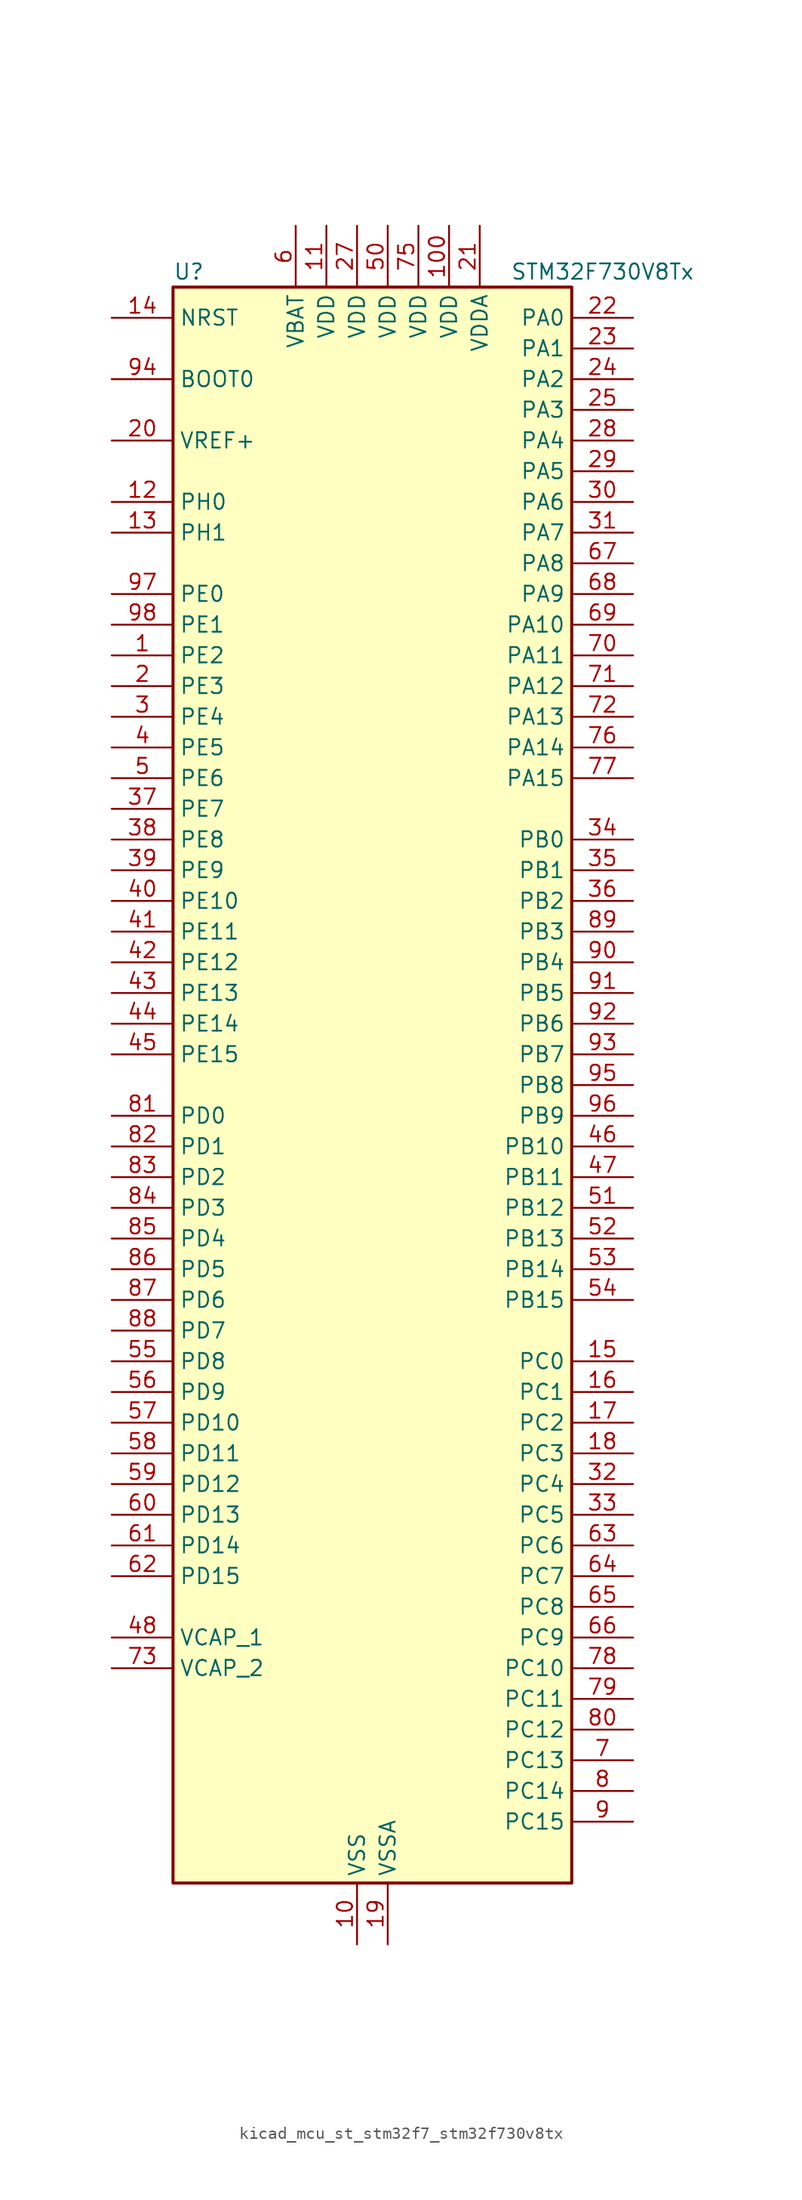
<source format=kicad_sym>
(kicad_symbol_lib
  (version 20220914)
  (generator kicad_symbol_editor)
  (symbol "kicad_mcu_st_stm32f7_stm32f730v8tx"
    (property "Reference" "U"
      (at -15.24 67.31 0)
      (effects (font (size 1.27 1.27)) (justify left)))
    (property "Value" "STM32F730V8Tx"
      (at 12.7 67.31 0)
      (effects (font (size 1.27 1.27)) (justify left)))
    (property "ki_locked" ""
      (at 0 0 0)
      (effects (font (size 1.27 1.27))))
    (symbol "kicad_mcu_st_stm32f7_stm32f730v8tx_0_1"
      (rectangle (start -15.24 -66.04) (end 17.78 66.04) (stroke (width 0.254) (type default)) (fill (type background))))
    (symbol "kicad_mcu_st_stm32f7_stm32f730v8tx_1_1"
      (pin bidirectional line (at -20.32 35.56 0) (length 5.08) (name "PE2" (effects (font (size 1.27 1.27)))) (number "1" (effects (font (size 1.27 1.27)))) (alternate "FMC_A23" bidirectional line) (alternate "QUADSPI_BK1_IO2" bidirectional line) (alternate "SAI1_MCLK_A" bidirectional line) (alternate "SPI4_SCK" bidirectional line) (alternate "SYS_TRACECLK" bidirectional line))
      (pin power_in line (at 0 -71.12 90) (length 5.08) (name "VSS" (effects (font (size 1.27 1.27)))) (number "10" (effects (font (size 1.27 1.27)))))
      (pin power_in line (at 7.62 71.12 270) (length 5.08) (name "VDD" (effects (font (size 1.27 1.27)))) (number "100" (effects (font (size 1.27 1.27)))))
      (pin power_in line (at -2.54 71.12 270) (length 5.08) (name "VDD" (effects (font (size 1.27 1.27)))) (number "11" (effects (font (size 1.27 1.27)))))
      (pin bidirectional line (at -20.32 48.26 0) (length 5.08) (name "PH0" (effects (font (size 1.27 1.27)))) (number "12" (effects (font (size 1.27 1.27)))) (alternate "RCC_OSC_IN" bidirectional line))
      (pin bidirectional line (at -20.32 45.72 0) (length 5.08) (name "PH1" (effects (font (size 1.27 1.27)))) (number "13" (effects (font (size 1.27 1.27)))) (alternate "RCC_OSC_OUT" bidirectional line))
      (pin input line (at -20.32 63.5 0) (length 5.08) (name "NRST" (effects (font (size 1.27 1.27)))) (number "14" (effects (font (size 1.27 1.27)))))
      (pin bidirectional line (at 22.86 -22.86 180) (length 5.08) (name "PC0" (effects (font (size 1.27 1.27)))) (number "15" (effects (font (size 1.27 1.27)))) (alternate "ADC1_IN10" bidirectional line) (alternate "ADC2_IN10" bidirectional line) (alternate "ADC3_IN10" bidirectional line) (alternate "FMC_SDNWE" bidirectional line) (alternate "SAI2_FS_B" bidirectional line) (alternate "USB_OTG_HS_ULPI_STP" bidirectional line))
      (pin bidirectional line (at 22.86 -25.4 180) (length 5.08) (name "PC1" (effects (font (size 1.27 1.27)))) (number "16" (effects (font (size 1.27 1.27)))) (alternate "ADC1_IN11" bidirectional line) (alternate "ADC2_IN11" bidirectional line) (alternate "ADC3_IN11" bidirectional line) (alternate "I2S2_SD" bidirectional line) (alternate "RTC_TAMP3" bidirectional line) (alternate "RTC_TS" bidirectional line) (alternate "SAI1_SD_A" bidirectional line) (alternate "SPI2_MOSI" bidirectional line) (alternate "SYS_TRACED0" bidirectional line) (alternate "SYS_WKUP3" bidirectional line))
      (pin bidirectional line (at 22.86 -27.94 180) (length 5.08) (name "PC2" (effects (font (size 1.27 1.27)))) (number "17" (effects (font (size 1.27 1.27)))) (alternate "ADC1_IN12" bidirectional line) (alternate "ADC2_IN12" bidirectional line) (alternate "ADC3_IN12" bidirectional line) (alternate "FMC_SDNE0" bidirectional line) (alternate "SPI2_MISO" bidirectional line) (alternate "USB_OTG_HS_ULPI_DIR" bidirectional line))
      (pin bidirectional line (at 22.86 -30.48 180) (length 5.08) (name "PC3" (effects (font (size 1.27 1.27)))) (number "18" (effects (font (size 1.27 1.27)))) (alternate "ADC1_IN13" bidirectional line) (alternate "ADC2_IN13" bidirectional line) (alternate "ADC3_IN13" bidirectional line) (alternate "FMC_SDCKE0" bidirectional line) (alternate "I2S2_SD" bidirectional line) (alternate "SPI2_MOSI" bidirectional line) (alternate "USB_OTG_HS_ULPI_NXT" bidirectional line))
      (pin power_in line (at 2.54 -71.12 90) (length 5.08) (name "VSSA" (effects (font (size 1.27 1.27)))) (number "19" (effects (font (size 1.27 1.27)))))
      (pin bidirectional line (at -20.32 33.02 0) (length 5.08) (name "PE3" (effects (font (size 1.27 1.27)))) (number "2" (effects (font (size 1.27 1.27)))) (alternate "FMC_A19" bidirectional line) (alternate "SAI1_SD_B" bidirectional line) (alternate "SYS_TRACED0" bidirectional line))
      (pin input line (at -20.32 53.34 0) (length 5.08) (name "VREF+" (effects (font (size 1.27 1.27)))) (number "20" (effects (font (size 1.27 1.27)))))
      (pin power_in line (at 10.16 71.12 270) (length 5.08) (name "VDDA" (effects (font (size 1.27 1.27)))) (number "21" (effects (font (size 1.27 1.27)))))
      (pin bidirectional line (at 22.86 63.5 180) (length 5.08) (name "PA0" (effects (font (size 1.27 1.27)))) (number "22" (effects (font (size 1.27 1.27)))) (alternate "ADC1_IN0" bidirectional line) (alternate "ADC2_IN0" bidirectional line) (alternate "ADC3_IN0" bidirectional line) (alternate "SAI2_SD_B" bidirectional line) (alternate "SYS_WKUP1" bidirectional line) (alternate "TIM2_CH1" bidirectional line) (alternate "TIM2_ETR" bidirectional line) (alternate "TIM5_CH1" bidirectional line) (alternate "TIM8_ETR" bidirectional line) (alternate "UART4_TX" bidirectional line) (alternate "USART2_CTS" bidirectional line))
      (pin bidirectional line (at 22.86 60.96 180) (length 5.08) (name "PA1" (effects (font (size 1.27 1.27)))) (number "23" (effects (font (size 1.27 1.27)))) (alternate "ADC1_IN1" bidirectional line) (alternate "ADC2_IN1" bidirectional line) (alternate "ADC3_IN1" bidirectional line) (alternate "QUADSPI_BK1_IO3" bidirectional line) (alternate "SAI2_MCLK_B" bidirectional line) (alternate "TIM2_CH2" bidirectional line) (alternate "TIM5_CH2" bidirectional line) (alternate "UART4_RX" bidirectional line) (alternate "USART2_DE" bidirectional line) (alternate "USART2_RTS" bidirectional line))
      (pin bidirectional line (at 22.86 58.42 180) (length 5.08) (name "PA2" (effects (font (size 1.27 1.27)))) (number "24" (effects (font (size 1.27 1.27)))) (alternate "ADC1_IN2" bidirectional line) (alternate "ADC2_IN2" bidirectional line) (alternate "ADC3_IN2" bidirectional line) (alternate "SAI2_SCK_B" bidirectional line) (alternate "SYS_WKUP2" bidirectional line) (alternate "TIM2_CH3" bidirectional line) (alternate "TIM5_CH3" bidirectional line) (alternate "TIM9_CH1" bidirectional line) (alternate "USART2_TX" bidirectional line))
      (pin bidirectional line (at 22.86 55.88 180) (length 5.08) (name "PA3" (effects (font (size 1.27 1.27)))) (number "25" (effects (font (size 1.27 1.27)))) (alternate "ADC1_IN3" bidirectional line) (alternate "ADC2_IN3" bidirectional line) (alternate "ADC3_IN3" bidirectional line) (alternate "TIM2_CH4" bidirectional line) (alternate "TIM5_CH4" bidirectional line) (alternate "TIM9_CH2" bidirectional line) (alternate "USART2_RX" bidirectional line) (alternate "USB_OTG_HS_ULPI_D0" bidirectional line))
      (pin passive line (at 0 -71.12 90) (length 5.08) hide (name "VSS" (effects (font (size 1.27 1.27)))) (number "26" (effects (font (size 1.27 1.27)))))
      (pin power_in line (at 0 71.12 270) (length 5.08) (name "VDD" (effects (font (size 1.27 1.27)))) (number "27" (effects (font (size 1.27 1.27)))))
      (pin bidirectional line (at 22.86 53.34 180) (length 5.08) (name "PA4" (effects (font (size 1.27 1.27)))) (number "28" (effects (font (size 1.27 1.27)))) (alternate "ADC1_IN4" bidirectional line) (alternate "ADC2_IN4" bidirectional line) (alternate "DAC_OUT1" bidirectional line) (alternate "I2S1_WS" bidirectional line) (alternate "I2S3_WS" bidirectional line) (alternate "SPI1_NSS" bidirectional line) (alternate "SPI3_NSS" bidirectional line) (alternate "USART2_CK" bidirectional line) (alternate "USB_OTG_HS_SOF" bidirectional line))
      (pin bidirectional line (at 22.86 50.8 180) (length 5.08) (name "PA5" (effects (font (size 1.27 1.27)))) (number "29" (effects (font (size 1.27 1.27)))) (alternate "ADC1_IN5" bidirectional line) (alternate "ADC2_IN5" bidirectional line) (alternate "DAC_OUT2" bidirectional line) (alternate "I2S1_CK" bidirectional line) (alternate "SPI1_SCK" bidirectional line) (alternate "TIM2_CH1" bidirectional line) (alternate "TIM2_ETR" bidirectional line) (alternate "TIM8_CH1N" bidirectional line) (alternate "USB_OTG_HS_ULPI_CK" bidirectional line))
      (pin bidirectional line (at -20.32 30.48 0) (length 5.08) (name "PE4" (effects (font (size 1.27 1.27)))) (number "3" (effects (font (size 1.27 1.27)))) (alternate "FMC_A20" bidirectional line) (alternate "SAI1_FS_A" bidirectional line) (alternate "SPI4_NSS" bidirectional line) (alternate "SYS_TRACED1" bidirectional line))
      (pin bidirectional line (at 22.86 48.26 180) (length 5.08) (name "PA6" (effects (font (size 1.27 1.27)))) (number "30" (effects (font (size 1.27 1.27)))) (alternate "ADC1_IN6" bidirectional line) (alternate "ADC2_IN6" bidirectional line) (alternate "SPI1_MISO" bidirectional line) (alternate "TIM13_CH1" bidirectional line) (alternate "TIM1_BKIN" bidirectional line) (alternate "TIM3_CH1" bidirectional line) (alternate "TIM8_BKIN" bidirectional line))
      (pin bidirectional line (at 22.86 45.72 180) (length 5.08) (name "PA7" (effects (font (size 1.27 1.27)))) (number "31" (effects (font (size 1.27 1.27)))) (alternate "ADC1_IN7" bidirectional line) (alternate "ADC2_IN7" bidirectional line) (alternate "FMC_SDNWE" bidirectional line) (alternate "I2S1_SD" bidirectional line) (alternate "SPI1_MOSI" bidirectional line) (alternate "TIM14_CH1" bidirectional line) (alternate "TIM1_CH1N" bidirectional line) (alternate "TIM3_CH2" bidirectional line) (alternate "TIM8_CH1N" bidirectional line))
      (pin bidirectional line (at 22.86 -33.02 180) (length 5.08) (name "PC4" (effects (font (size 1.27 1.27)))) (number "32" (effects (font (size 1.27 1.27)))) (alternate "ADC1_IN14" bidirectional line) (alternate "ADC2_IN14" bidirectional line) (alternate "FMC_SDNE0" bidirectional line) (alternate "I2S1_MCK" bidirectional line))
      (pin bidirectional line (at 22.86 -35.56 180) (length 5.08) (name "PC5" (effects (font (size 1.27 1.27)))) (number "33" (effects (font (size 1.27 1.27)))) (alternate "ADC1_IN15" bidirectional line) (alternate "ADC2_IN15" bidirectional line) (alternate "FMC_SDCKE0" bidirectional line))
      (pin bidirectional line (at 22.86 20.32 180) (length 5.08) (name "PB0" (effects (font (size 1.27 1.27)))) (number "34" (effects (font (size 1.27 1.27)))) (alternate "ADC1_IN8" bidirectional line) (alternate "ADC2_IN8" bidirectional line) (alternate "TIM1_CH2N" bidirectional line) (alternate "TIM3_CH3" bidirectional line) (alternate "TIM8_CH2N" bidirectional line) (alternate "UART4_CTS" bidirectional line) (alternate "USB_OTG_HS_ULPI_D1" bidirectional line))
      (pin bidirectional line (at 22.86 17.78 180) (length 5.08) (name "PB1" (effects (font (size 1.27 1.27)))) (number "35" (effects (font (size 1.27 1.27)))) (alternate "ADC1_IN9" bidirectional line) (alternate "ADC2_IN9" bidirectional line) (alternate "TIM1_CH3N" bidirectional line) (alternate "TIM3_CH4" bidirectional line) (alternate "TIM8_CH3N" bidirectional line) (alternate "USB_OTG_HS_ULPI_D2" bidirectional line))
      (pin bidirectional line (at 22.86 15.24 180) (length 5.08) (name "PB2" (effects (font (size 1.27 1.27)))) (number "36" (effects (font (size 1.27 1.27)))) (alternate "I2S3_SD" bidirectional line) (alternate "QUADSPI_CLK" bidirectional line) (alternate "SAI1_SD_A" bidirectional line) (alternate "SPI3_MOSI" bidirectional line))
      (pin bidirectional line (at -20.32 22.86 0) (length 5.08) (name "PE7" (effects (font (size 1.27 1.27)))) (number "37" (effects (font (size 1.27 1.27)))) (alternate "FMC_D4" bidirectional line) (alternate "FMC_DA4" bidirectional line) (alternate "QUADSPI_BK2_IO0" bidirectional line) (alternate "TIM1_ETR" bidirectional line) (alternate "UART7_RX" bidirectional line))
      (pin bidirectional line (at -20.32 20.32 0) (length 5.08) (name "PE8" (effects (font (size 1.27 1.27)))) (number "38" (effects (font (size 1.27 1.27)))) (alternate "FMC_D5" bidirectional line) (alternate "FMC_DA5" bidirectional line) (alternate "QUADSPI_BK2_IO1" bidirectional line) (alternate "TIM1_CH1N" bidirectional line) (alternate "UART7_TX" bidirectional line))
      (pin bidirectional line (at -20.32 17.78 0) (length 5.08) (name "PE9" (effects (font (size 1.27 1.27)))) (number "39" (effects (font (size 1.27 1.27)))) (alternate "DAC_EXTI9" bidirectional line) (alternate "FMC_D6" bidirectional line) (alternate "FMC_DA6" bidirectional line) (alternate "QUADSPI_BK2_IO2" bidirectional line) (alternate "TIM1_CH1" bidirectional line) (alternate "UART7_DE" bidirectional line) (alternate "UART7_RTS" bidirectional line))
      (pin bidirectional line (at -20.32 27.94 0) (length 5.08) (name "PE5" (effects (font (size 1.27 1.27)))) (number "4" (effects (font (size 1.27 1.27)))) (alternate "FMC_A21" bidirectional line) (alternate "SAI1_SCK_A" bidirectional line) (alternate "SPI4_MISO" bidirectional line) (alternate "SYS_TRACED2" bidirectional line) (alternate "TIM9_CH1" bidirectional line))
      (pin bidirectional line (at -20.32 15.24 0) (length 5.08) (name "PE10" (effects (font (size 1.27 1.27)))) (number "40" (effects (font (size 1.27 1.27)))) (alternate "FMC_D7" bidirectional line) (alternate "FMC_DA7" bidirectional line) (alternate "QUADSPI_BK2_IO3" bidirectional line) (alternate "TIM1_CH2N" bidirectional line) (alternate "UART7_CTS" bidirectional line))
      (pin bidirectional line (at -20.32 12.7 0) (length 5.08) (name "PE11" (effects (font (size 1.27 1.27)))) (number "41" (effects (font (size 1.27 1.27)))) (alternate "ADC1_EXTI11" bidirectional line) (alternate "ADC2_EXTI11" bidirectional line) (alternate "ADC3_EXTI11" bidirectional line) (alternate "FMC_D8" bidirectional line) (alternate "FMC_DA8" bidirectional line) (alternate "SAI2_SD_B" bidirectional line) (alternate "SPI4_NSS" bidirectional line) (alternate "TIM1_CH2" bidirectional line))
      (pin bidirectional line (at -20.32 10.16 0) (length 5.08) (name "PE12" (effects (font (size 1.27 1.27)))) (number "42" (effects (font (size 1.27 1.27)))) (alternate "FMC_D9" bidirectional line) (alternate "FMC_DA9" bidirectional line) (alternate "SAI2_SCK_B" bidirectional line) (alternate "SPI4_SCK" bidirectional line) (alternate "TIM1_CH3N" bidirectional line))
      (pin bidirectional line (at -20.32 7.62 0) (length 5.08) (name "PE13" (effects (font (size 1.27 1.27)))) (number "43" (effects (font (size 1.27 1.27)))) (alternate "FMC_D10" bidirectional line) (alternate "FMC_DA10" bidirectional line) (alternate "SAI2_FS_B" bidirectional line) (alternate "SPI4_MISO" bidirectional line) (alternate "TIM1_CH3" bidirectional line))
      (pin bidirectional line (at -20.32 5.08 0) (length 5.08) (name "PE14" (effects (font (size 1.27 1.27)))) (number "44" (effects (font (size 1.27 1.27)))) (alternate "FMC_D11" bidirectional line) (alternate "FMC_DA11" bidirectional line) (alternate "SAI2_MCLK_B" bidirectional line) (alternate "SPI4_MOSI" bidirectional line) (alternate "TIM1_CH4" bidirectional line))
      (pin bidirectional line (at -20.32 2.54 0) (length 5.08) (name "PE15" (effects (font (size 1.27 1.27)))) (number "45" (effects (font (size 1.27 1.27)))) (alternate "FMC_D12" bidirectional line) (alternate "FMC_DA12" bidirectional line) (alternate "TIM1_BKIN" bidirectional line))
      (pin bidirectional line (at 22.86 -5.08 180) (length 5.08) (name "PB10" (effects (font (size 1.27 1.27)))) (number "46" (effects (font (size 1.27 1.27)))) (alternate "I2C2_SCL" bidirectional line) (alternate "I2S2_CK" bidirectional line) (alternate "SPI2_SCK" bidirectional line) (alternate "TIM2_CH3" bidirectional line) (alternate "USART3_TX" bidirectional line) (alternate "USB_OTG_HS_ULPI_D3" bidirectional line))
      (pin bidirectional line (at 22.86 -7.62 180) (length 5.08) (name "PB11" (effects (font (size 1.27 1.27)))) (number "47" (effects (font (size 1.27 1.27)))) (alternate "ADC1_EXTI11" bidirectional line) (alternate "ADC2_EXTI11" bidirectional line) (alternate "ADC3_EXTI11" bidirectional line) (alternate "I2C2_SDA" bidirectional line) (alternate "TIM2_CH4" bidirectional line) (alternate "USART3_RX" bidirectional line) (alternate "USB_OTG_HS_ULPI_D4" bidirectional line))
      (pin power_out line (at -20.32 -45.72 0) (length 5.08) (name "VCAP_1" (effects (font (size 1.27 1.27)))) (number "48" (effects (font (size 1.27 1.27)))))
      (pin passive line (at 0 -71.12 90) (length 5.08) hide (name "VSS" (effects (font (size 1.27 1.27)))) (number "49" (effects (font (size 1.27 1.27)))))
      (pin bidirectional line (at -20.32 25.4 0) (length 5.08) (name "PE6" (effects (font (size 1.27 1.27)))) (number "5" (effects (font (size 1.27 1.27)))) (alternate "FMC_A22" bidirectional line) (alternate "SAI1_SD_A" bidirectional line) (alternate "SAI2_MCLK_B" bidirectional line) (alternate "SPI4_MOSI" bidirectional line) (alternate "SYS_TRACED3" bidirectional line) (alternate "TIM1_BKIN2" bidirectional line) (alternate "TIM9_CH2" bidirectional line))
      (pin power_in line (at 2.54 71.12 270) (length 5.08) (name "VDD" (effects (font (size 1.27 1.27)))) (number "50" (effects (font (size 1.27 1.27)))))
      (pin bidirectional line (at 22.86 -10.16 180) (length 5.08) (name "PB12" (effects (font (size 1.27 1.27)))) (number "51" (effects (font (size 1.27 1.27)))) (alternate "I2C2_SMBA" bidirectional line) (alternate "I2S2_WS" bidirectional line) (alternate "SPI2_NSS" bidirectional line) (alternate "TIM1_BKIN" bidirectional line) (alternate "USART3_CK" bidirectional line) (alternate "USB_OTG_HS_ID" bidirectional line) (alternate "USB_OTG_HS_ULPI_D5" bidirectional line))
      (pin bidirectional line (at 22.86 -12.7 180) (length 5.08) (name "PB13" (effects (font (size 1.27 1.27)))) (number "52" (effects (font (size 1.27 1.27)))) (alternate "I2S2_CK" bidirectional line) (alternate "SPI2_SCK" bidirectional line) (alternate "TIM1_CH1N" bidirectional line) (alternate "USART3_CTS" bidirectional line) (alternate "USB_OTG_HS_ULPI_D6" bidirectional line) (alternate "USB_OTG_HS_VBUS" bidirectional line))
      (pin bidirectional line (at 22.86 -15.24 180) (length 5.08) (name "PB14" (effects (font (size 1.27 1.27)))) (number "53" (effects (font (size 1.27 1.27)))) (alternate "SDMMC2_D0" bidirectional line) (alternate "SPI2_MISO" bidirectional line) (alternate "TIM12_CH1" bidirectional line) (alternate "TIM1_CH2N" bidirectional line) (alternate "TIM8_CH2N" bidirectional line) (alternate "USART3_DE" bidirectional line) (alternate "USART3_RTS" bidirectional line) (alternate "USB_OTG_HS_DM" bidirectional line))
      (pin bidirectional line (at 22.86 -17.78 180) (length 5.08) (name "PB15" (effects (font (size 1.27 1.27)))) (number "54" (effects (font (size 1.27 1.27)))) (alternate "I2S2_SD" bidirectional line) (alternate "RTC_REFIN" bidirectional line) (alternate "SDMMC2_D1" bidirectional line) (alternate "SPI2_MOSI" bidirectional line) (alternate "TIM12_CH2" bidirectional line) (alternate "TIM1_CH3N" bidirectional line) (alternate "TIM8_CH3N" bidirectional line) (alternate "USB_OTG_HS_DP" bidirectional line))
      (pin bidirectional line (at -20.32 -22.86 0) (length 5.08) (name "PD8" (effects (font (size 1.27 1.27)))) (number "55" (effects (font (size 1.27 1.27)))) (alternate "FMC_D13" bidirectional line) (alternate "FMC_DA13" bidirectional line) (alternate "USART3_TX" bidirectional line))
      (pin bidirectional line (at -20.32 -25.4 0) (length 5.08) (name "PD9" (effects (font (size 1.27 1.27)))) (number "56" (effects (font (size 1.27 1.27)))) (alternate "DAC_EXTI9" bidirectional line) (alternate "FMC_D14" bidirectional line) (alternate "FMC_DA14" bidirectional line) (alternate "USART3_RX" bidirectional line))
      (pin bidirectional line (at -20.32 -27.94 0) (length 5.08) (name "PD10" (effects (font (size 1.27 1.27)))) (number "57" (effects (font (size 1.27 1.27)))) (alternate "FMC_D15" bidirectional line) (alternate "FMC_DA15" bidirectional line) (alternate "USART3_CK" bidirectional line))
      (pin bidirectional line (at -20.32 -30.48 0) (length 5.08) (name "PD11" (effects (font (size 1.27 1.27)))) (number "58" (effects (font (size 1.27 1.27)))) (alternate "ADC1_EXTI11" bidirectional line) (alternate "ADC2_EXTI11" bidirectional line) (alternate "ADC3_EXTI11" bidirectional line) (alternate "FMC_A16" bidirectional line) (alternate "FMC_CLE" bidirectional line) (alternate "QUADSPI_BK1_IO0" bidirectional line) (alternate "SAI2_SD_A" bidirectional line) (alternate "USART3_CTS" bidirectional line))
      (pin bidirectional line (at -20.32 -33.02 0) (length 5.08) (name "PD12" (effects (font (size 1.27 1.27)))) (number "59" (effects (font (size 1.27 1.27)))) (alternate "FMC_A17" bidirectional line) (alternate "FMC_ALE" bidirectional line) (alternate "LPTIM1_IN1" bidirectional line) (alternate "QUADSPI_BK1_IO1" bidirectional line) (alternate "SAI2_FS_A" bidirectional line) (alternate "TIM4_CH1" bidirectional line) (alternate "USART3_DE" bidirectional line) (alternate "USART3_RTS" bidirectional line))
      (pin power_in line (at -5.08 71.12 270) (length 5.08) (name "VBAT" (effects (font (size 1.27 1.27)))) (number "6" (effects (font (size 1.27 1.27)))))
      (pin bidirectional line (at -20.32 -35.56 0) (length 5.08) (name "PD13" (effects (font (size 1.27 1.27)))) (number "60" (effects (font (size 1.27 1.27)))) (alternate "FMC_A18" bidirectional line) (alternate "LPTIM1_OUT" bidirectional line) (alternate "QUADSPI_BK1_IO3" bidirectional line) (alternate "SAI2_SCK_A" bidirectional line) (alternate "TIM4_CH2" bidirectional line))
      (pin bidirectional line (at -20.32 -38.1 0) (length 5.08) (name "PD14" (effects (font (size 1.27 1.27)))) (number "61" (effects (font (size 1.27 1.27)))) (alternate "FMC_D0" bidirectional line) (alternate "FMC_DA0" bidirectional line) (alternate "TIM4_CH3" bidirectional line) (alternate "UART8_CTS" bidirectional line))
      (pin bidirectional line (at -20.32 -40.64 0) (length 5.08) (name "PD15" (effects (font (size 1.27 1.27)))) (number "62" (effects (font (size 1.27 1.27)))) (alternate "FMC_D1" bidirectional line) (alternate "FMC_DA1" bidirectional line) (alternate "TIM4_CH4" bidirectional line) (alternate "UART8_DE" bidirectional line) (alternate "UART8_RTS" bidirectional line))
      (pin bidirectional line (at 22.86 -38.1 180) (length 5.08) (name "PC6" (effects (font (size 1.27 1.27)))) (number "63" (effects (font (size 1.27 1.27)))) (alternate "I2S2_MCK" bidirectional line) (alternate "SDMMC1_D6" bidirectional line) (alternate "SDMMC2_D6" bidirectional line) (alternate "TIM3_CH1" bidirectional line) (alternate "TIM8_CH1" bidirectional line) (alternate "USART6_TX" bidirectional line))
      (pin bidirectional line (at 22.86 -40.64 180) (length 5.08) (name "PC7" (effects (font (size 1.27 1.27)))) (number "64" (effects (font (size 1.27 1.27)))) (alternate "I2S3_MCK" bidirectional line) (alternate "SDMMC1_D7" bidirectional line) (alternate "SDMMC2_D7" bidirectional line) (alternate "TIM3_CH2" bidirectional line) (alternate "TIM8_CH2" bidirectional line) (alternate "USART6_RX" bidirectional line))
      (pin bidirectional line (at 22.86 -43.18 180) (length 5.08) (name "PC8" (effects (font (size 1.27 1.27)))) (number "65" (effects (font (size 1.27 1.27)))) (alternate "SDMMC1_D0" bidirectional line) (alternate "SYS_TRACED1" bidirectional line) (alternate "TIM3_CH3" bidirectional line) (alternate "TIM8_CH3" bidirectional line) (alternate "UART5_DE" bidirectional line) (alternate "UART5_RTS" bidirectional line) (alternate "USART6_CK" bidirectional line))
      (pin bidirectional line (at 22.86 -45.72 180) (length 5.08) (name "PC9" (effects (font (size 1.27 1.27)))) (number "66" (effects (font (size 1.27 1.27)))) (alternate "DAC_EXTI9" bidirectional line) (alternate "I2C3_SDA" bidirectional line) (alternate "I2S_CKIN" bidirectional line) (alternate "QUADSPI_BK1_IO0" bidirectional line) (alternate "RCC_MCO_2" bidirectional line) (alternate "SDMMC1_D1" bidirectional line) (alternate "TIM3_CH4" bidirectional line) (alternate "TIM8_CH4" bidirectional line) (alternate "UART5_CTS" bidirectional line))
      (pin bidirectional line (at 22.86 43.18 180) (length 5.08) (name "PA8" (effects (font (size 1.27 1.27)))) (number "67" (effects (font (size 1.27 1.27)))) (alternate "I2C3_SCL" bidirectional line) (alternate "RCC_MCO_1" bidirectional line) (alternate "TIM1_CH1" bidirectional line) (alternate "TIM8_BKIN2" bidirectional line) (alternate "USART1_CK" bidirectional line) (alternate "USB_OTG_FS_SOF" bidirectional line))
      (pin bidirectional line (at 22.86 40.64 180) (length 5.08) (name "PA9" (effects (font (size 1.27 1.27)))) (number "68" (effects (font (size 1.27 1.27)))) (alternate "DAC_EXTI9" bidirectional line) (alternate "I2C3_SMBA" bidirectional line) (alternate "I2S2_CK" bidirectional line) (alternate "SPI2_SCK" bidirectional line) (alternate "TIM1_CH2" bidirectional line) (alternate "USART1_TX" bidirectional line) (alternate "USB_OTG_FS_VBUS" bidirectional line))
      (pin bidirectional line (at 22.86 38.1 180) (length 5.08) (name "PA10" (effects (font (size 1.27 1.27)))) (number "69" (effects (font (size 1.27 1.27)))) (alternate "TIM1_CH3" bidirectional line) (alternate "USART1_RX" bidirectional line) (alternate "USB_OTG_FS_ID" bidirectional line))
      (pin bidirectional line (at 22.86 -55.88 180) (length 5.08) (name "PC13" (effects (font (size 1.27 1.27)))) (number "7" (effects (font (size 1.27 1.27)))) (alternate "RTC_OUT" bidirectional line) (alternate "RTC_TAMP1" bidirectional line) (alternate "RTC_TS" bidirectional line) (alternate "SYS_WKUP4" bidirectional line))
      (pin bidirectional line (at 22.86 35.56 180) (length 5.08) (name "PA11" (effects (font (size 1.27 1.27)))) (number "70" (effects (font (size 1.27 1.27)))) (alternate "ADC1_EXTI11" bidirectional line) (alternate "ADC2_EXTI11" bidirectional line) (alternate "ADC3_EXTI11" bidirectional line) (alternate "CAN1_RX" bidirectional line) (alternate "TIM1_CH4" bidirectional line) (alternate "USART1_CTS" bidirectional line) (alternate "USB_OTG_FS_DM" bidirectional line))
      (pin bidirectional line (at 22.86 33.02 180) (length 5.08) (name "PA12" (effects (font (size 1.27 1.27)))) (number "71" (effects (font (size 1.27 1.27)))) (alternate "CAN1_TX" bidirectional line) (alternate "SAI2_FS_B" bidirectional line) (alternate "TIM1_ETR" bidirectional line) (alternate "USART1_DE" bidirectional line) (alternate "USART1_RTS" bidirectional line) (alternate "USB_OTG_FS_DP" bidirectional line))
      (pin bidirectional line (at 22.86 30.48 180) (length 5.08) (name "PA13" (effects (font (size 1.27 1.27)))) (number "72" (effects (font (size 1.27 1.27)))) (alternate "SYS_JTMS-SWDIO" bidirectional line))
      (pin power_out line (at -20.32 -48.26 0) (length 5.08) (name "VCAP_2" (effects (font (size 1.27 1.27)))) (number "73" (effects (font (size 1.27 1.27)))))
      (pin passive line (at 0 -71.12 90) (length 5.08) hide (name "VSS" (effects (font (size 1.27 1.27)))) (number "74" (effects (font (size 1.27 1.27)))))
      (pin power_in line (at 5.08 71.12 270) (length 5.08) (name "VDD" (effects (font (size 1.27 1.27)))) (number "75" (effects (font (size 1.27 1.27)))))
      (pin bidirectional line (at 22.86 27.94 180) (length 5.08) (name "PA14" (effects (font (size 1.27 1.27)))) (number "76" (effects (font (size 1.27 1.27)))) (alternate "SYS_JTCK-SWCLK" bidirectional line))
      (pin bidirectional line (at 22.86 25.4 180) (length 5.08) (name "PA15" (effects (font (size 1.27 1.27)))) (number "77" (effects (font (size 1.27 1.27)))) (alternate "I2S1_WS" bidirectional line) (alternate "I2S3_WS" bidirectional line) (alternate "SPI1_NSS" bidirectional line) (alternate "SPI3_NSS" bidirectional line) (alternate "SYS_JTDI" bidirectional line) (alternate "TIM2_CH1" bidirectional line) (alternate "TIM2_ETR" bidirectional line) (alternate "UART4_DE" bidirectional line) (alternate "UART4_RTS" bidirectional line))
      (pin bidirectional line (at 22.86 -48.26 180) (length 5.08) (name "PC10" (effects (font (size 1.27 1.27)))) (number "78" (effects (font (size 1.27 1.27)))) (alternate "I2S3_CK" bidirectional line) (alternate "QUADSPI_BK1_IO1" bidirectional line) (alternate "SDMMC1_D2" bidirectional line) (alternate "SPI3_SCK" bidirectional line) (alternate "UART4_TX" bidirectional line) (alternate "USART3_TX" bidirectional line))
      (pin bidirectional line (at 22.86 -50.8 180) (length 5.08) (name "PC11" (effects (font (size 1.27 1.27)))) (number "79" (effects (font (size 1.27 1.27)))) (alternate "ADC1_EXTI11" bidirectional line) (alternate "ADC2_EXTI11" bidirectional line) (alternate "ADC3_EXTI11" bidirectional line) (alternate "QUADSPI_BK2_NCS" bidirectional line) (alternate "SDMMC1_D3" bidirectional line) (alternate "SPI3_MISO" bidirectional line) (alternate "UART4_RX" bidirectional line) (alternate "USART3_RX" bidirectional line))
      (pin bidirectional line (at 22.86 -58.42 180) (length 5.08) (name "PC14" (effects (font (size 1.27 1.27)))) (number "8" (effects (font (size 1.27 1.27)))) (alternate "RCC_OSC32_IN" bidirectional line))
      (pin bidirectional line (at 22.86 -53.34 180) (length 5.08) (name "PC12" (effects (font (size 1.27 1.27)))) (number "80" (effects (font (size 1.27 1.27)))) (alternate "I2S3_SD" bidirectional line) (alternate "SDMMC1_CK" bidirectional line) (alternate "SPI3_MOSI" bidirectional line) (alternate "SYS_TRACED3" bidirectional line) (alternate "UART5_TX" bidirectional line) (alternate "USART3_CK" bidirectional line))
      (pin bidirectional line (at -20.32 -2.54 0) (length 5.08) (name "PD0" (effects (font (size 1.27 1.27)))) (number "81" (effects (font (size 1.27 1.27)))) (alternate "CAN1_RX" bidirectional line) (alternate "FMC_D2" bidirectional line) (alternate "FMC_DA2" bidirectional line))
      (pin bidirectional line (at -20.32 -5.08 0) (length 5.08) (name "PD1" (effects (font (size 1.27 1.27)))) (number "82" (effects (font (size 1.27 1.27)))) (alternate "CAN1_TX" bidirectional line) (alternate "FMC_D3" bidirectional line) (alternate "FMC_DA3" bidirectional line))
      (pin bidirectional line (at -20.32 -7.62 0) (length 5.08) (name "PD2" (effects (font (size 1.27 1.27)))) (number "83" (effects (font (size 1.27 1.27)))) (alternate "SDMMC1_CMD" bidirectional line) (alternate "SYS_TRACED2" bidirectional line) (alternate "TIM3_ETR" bidirectional line) (alternate "UART5_RX" bidirectional line))
      (pin bidirectional line (at -20.32 -10.16 0) (length 5.08) (name "PD3" (effects (font (size 1.27 1.27)))) (number "84" (effects (font (size 1.27 1.27)))) (alternate "FMC_CLK" bidirectional line) (alternate "I2S2_CK" bidirectional line) (alternate "SPI2_SCK" bidirectional line) (alternate "USART2_CTS" bidirectional line))
      (pin bidirectional line (at -20.32 -12.7 0) (length 5.08) (name "PD4" (effects (font (size 1.27 1.27)))) (number "85" (effects (font (size 1.27 1.27)))) (alternate "FMC_NOE" bidirectional line) (alternate "USART2_DE" bidirectional line) (alternate "USART2_RTS" bidirectional line))
      (pin bidirectional line (at -20.32 -15.24 0) (length 5.08) (name "PD5" (effects (font (size 1.27 1.27)))) (number "86" (effects (font (size 1.27 1.27)))) (alternate "FMC_NWE" bidirectional line) (alternate "USART2_TX" bidirectional line))
      (pin bidirectional line (at -20.32 -17.78 0) (length 5.08) (name "PD6" (effects (font (size 1.27 1.27)))) (number "87" (effects (font (size 1.27 1.27)))) (alternate "FMC_NWAIT" bidirectional line) (alternate "I2S3_SD" bidirectional line) (alternate "SAI1_SD_A" bidirectional line) (alternate "SDMMC2_CK" bidirectional line) (alternate "SPI3_MOSI" bidirectional line) (alternate "USART2_RX" bidirectional line))
      (pin bidirectional line (at -20.32 -20.32 0) (length 5.08) (name "PD7" (effects (font (size 1.27 1.27)))) (number "88" (effects (font (size 1.27 1.27)))) (alternate "FMC_NE1" bidirectional line) (alternate "SDMMC2_CMD" bidirectional line) (alternate "USART2_CK" bidirectional line))
      (pin bidirectional line (at 22.86 12.7 180) (length 5.08) (name "PB3" (effects (font (size 1.27 1.27)))) (number "89" (effects (font (size 1.27 1.27)))) (alternate "I2S1_CK" bidirectional line) (alternate "I2S3_CK" bidirectional line) (alternate "SDMMC2_D2" bidirectional line) (alternate "SPI1_SCK" bidirectional line) (alternate "SPI3_SCK" bidirectional line) (alternate "SYS_JTDO-SWO" bidirectional line) (alternate "TIM2_CH2" bidirectional line))
      (pin bidirectional line (at 22.86 -60.96 180) (length 5.08) (name "PC15" (effects (font (size 1.27 1.27)))) (number "9" (effects (font (size 1.27 1.27)))) (alternate "RCC_OSC32_OUT" bidirectional line))
      (pin bidirectional line (at 22.86 10.16 180) (length 5.08) (name "PB4" (effects (font (size 1.27 1.27)))) (number "90" (effects (font (size 1.27 1.27)))) (alternate "I2S2_WS" bidirectional line) (alternate "SDMMC2_D3" bidirectional line) (alternate "SPI1_MISO" bidirectional line) (alternate "SPI2_NSS" bidirectional line) (alternate "SPI3_MISO" bidirectional line) (alternate "SYS_JTRST" bidirectional line) (alternate "TIM3_CH1" bidirectional line))
      (pin bidirectional line (at 22.86 7.62 180) (length 5.08) (name "PB5" (effects (font (size 1.27 1.27)))) (number "91" (effects (font (size 1.27 1.27)))) (alternate "FMC_SDCKE1" bidirectional line) (alternate "I2C1_SMBA" bidirectional line) (alternate "I2S1_SD" bidirectional line) (alternate "I2S3_SD" bidirectional line) (alternate "SPI1_MOSI" bidirectional line) (alternate "SPI3_MOSI" bidirectional line) (alternate "TIM3_CH2" bidirectional line) (alternate "USB_OTG_HS_ULPI_D7" bidirectional line))
      (pin bidirectional line (at 22.86 5.08 180) (length 5.08) (name "PB6" (effects (font (size 1.27 1.27)))) (number "92" (effects (font (size 1.27 1.27)))) (alternate "FMC_SDNE1" bidirectional line) (alternate "I2C1_SCL" bidirectional line) (alternate "QUADSPI_BK1_NCS" bidirectional line) (alternate "TIM4_CH1" bidirectional line) (alternate "USART1_TX" bidirectional line))
      (pin bidirectional line (at 22.86 2.54 180) (length 5.08) (name "PB7" (effects (font (size 1.27 1.27)))) (number "93" (effects (font (size 1.27 1.27)))) (alternate "FMC_NL" bidirectional line) (alternate "I2C1_SDA" bidirectional line) (alternate "TIM4_CH2" bidirectional line) (alternate "USART1_RX" bidirectional line))
      (pin input line (at -20.32 58.42 0) (length 5.08) (name "BOOT0" (effects (font (size 1.27 1.27)))) (number "94" (effects (font (size 1.27 1.27)))))
      (pin bidirectional line (at 22.86 0 180) (length 5.08) (name "PB8" (effects (font (size 1.27 1.27)))) (number "95" (effects (font (size 1.27 1.27)))) (alternate "CAN1_RX" bidirectional line) (alternate "I2C1_SCL" bidirectional line) (alternate "SDMMC1_D4" bidirectional line) (alternate "SDMMC2_D4" bidirectional line) (alternate "TIM10_CH1" bidirectional line) (alternate "TIM4_CH3" bidirectional line))
      (pin bidirectional line (at 22.86 -2.54 180) (length 5.08) (name "PB9" (effects (font (size 1.27 1.27)))) (number "96" (effects (font (size 1.27 1.27)))) (alternate "CAN1_TX" bidirectional line) (alternate "DAC_EXTI9" bidirectional line) (alternate "I2C1_SDA" bidirectional line) (alternate "I2S2_WS" bidirectional line) (alternate "SDMMC1_D5" bidirectional line) (alternate "SDMMC2_D5" bidirectional line) (alternate "SPI2_NSS" bidirectional line) (alternate "TIM11_CH1" bidirectional line) (alternate "TIM4_CH4" bidirectional line))
      (pin bidirectional line (at -20.32 40.64 0) (length 5.08) (name "PE0" (effects (font (size 1.27 1.27)))) (number "97" (effects (font (size 1.27 1.27)))) (alternate "FMC_NBL0" bidirectional line) (alternate "LPTIM1_ETR" bidirectional line) (alternate "SAI2_MCLK_A" bidirectional line) (alternate "TIM4_ETR" bidirectional line) (alternate "UART8_RX" bidirectional line))
      (pin bidirectional line (at -20.32 38.1 0) (length 5.08) (name "PE1" (effects (font (size 1.27 1.27)))) (number "98" (effects (font (size 1.27 1.27)))) (alternate "FMC_NBL1" bidirectional line) (alternate "LPTIM1_IN2" bidirectional line) (alternate "UART8_TX" bidirectional line))
      (pin passive line (at 0 -71.12 90) (length 5.08) hide (name "VSS" (effects (font (size 1.27 1.27)))) (number "99" (effects (font (size 1.27 1.27))))))))
</source>
